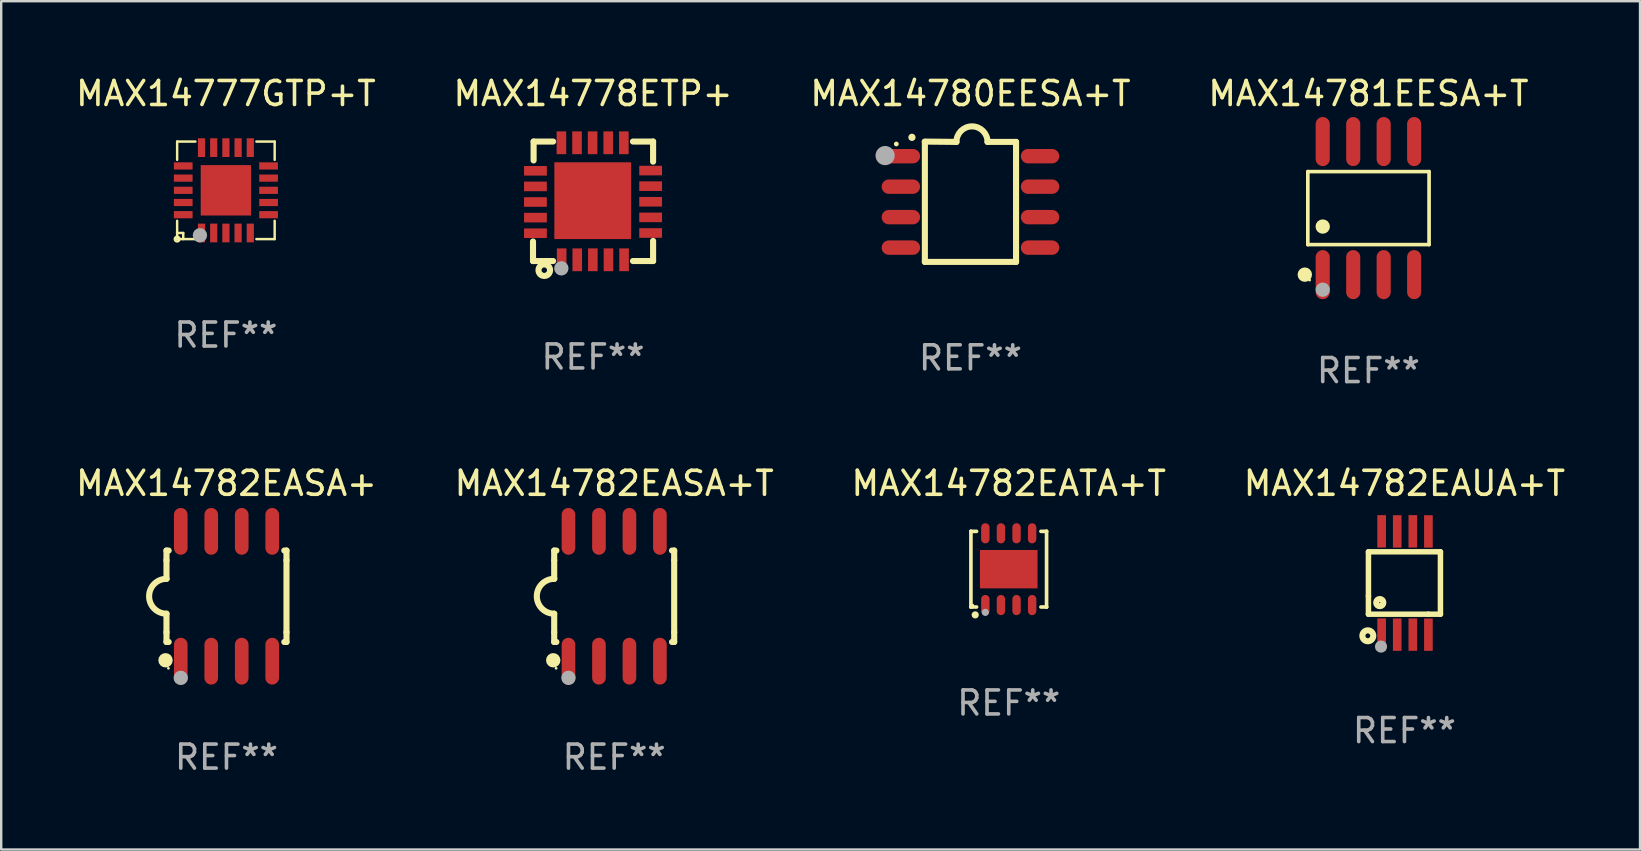
<source format=kicad_pcb>
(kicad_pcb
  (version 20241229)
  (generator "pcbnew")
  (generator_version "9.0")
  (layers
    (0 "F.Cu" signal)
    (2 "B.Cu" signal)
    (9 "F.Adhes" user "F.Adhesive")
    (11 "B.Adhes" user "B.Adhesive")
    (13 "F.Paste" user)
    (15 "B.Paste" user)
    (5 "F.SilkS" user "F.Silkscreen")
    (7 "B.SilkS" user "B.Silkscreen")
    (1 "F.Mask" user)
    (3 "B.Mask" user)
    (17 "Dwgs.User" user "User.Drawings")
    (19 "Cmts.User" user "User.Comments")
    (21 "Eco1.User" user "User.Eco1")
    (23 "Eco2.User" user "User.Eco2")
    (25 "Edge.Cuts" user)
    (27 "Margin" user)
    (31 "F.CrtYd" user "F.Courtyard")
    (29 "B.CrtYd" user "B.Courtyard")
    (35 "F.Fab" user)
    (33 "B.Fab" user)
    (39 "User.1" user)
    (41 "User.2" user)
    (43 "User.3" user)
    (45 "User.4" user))
  (footprint "MAX14777GTP+T"
    (layer "F.Cu")
    (at 6.363 4.88)
    (property "Reference" "MAX14777GTP+T" (at 0 -4.032 0) (layer "F.SilkS") (effects (font (size 1 1) (thickness 0.15))))
    (attr through_hole)
    (fp_line (start -2.032 -2.032) (end -1.27 -2.032) (stroke (width 0.102) (type solid)) (layer "F.SilkS"))
    (fp_line (start -2.032 -1.27) (end -2.032 -2.032) (stroke (width 0.102) (type solid)) (layer "F.SilkS"))
    (fp_line (start -2.032 1.778) (end -1.778 1.778) (stroke (width 0.102) (type solid)) (layer "F.SilkS"))
    (fp_line (start -2.032 2.032) (end -2.032 1.27) (stroke (width 0.102) (type solid)) (layer "F.SilkS"))
    (fp_line (start -1.778 1.778) (end -1.778 2.032) (stroke (width 0.102) (type solid)) (layer "F.SilkS"))
    (fp_line (start -1.27 2.032) (end -2.032 2.032) (stroke (width 0.102) (type solid)) (layer "F.SilkS"))
    (fp_line (start 1.27 -2.032) (end 2.032 -2.032) (stroke (width 0.102) (type solid)) (layer "F.SilkS"))
    (fp_line (start 1.27 2.032) (end 2.032 2.032) (stroke (width 0.102) (type solid)) (layer "F.SilkS"))
    (fp_line (start 2.032 -2.032) (end 2.032 -1.27) (stroke (width 0.102) (type solid)) (layer "F.SilkS"))
    (fp_line (start 2.032 2.032) (end 2.032 1.27) (stroke (width 0.102) (type solid)) (layer "F.SilkS"))
    (fp_circle (center -2.032 2.032) (end -1.933 2.032) (stroke (width 0.1) (type solid)) (fill no) (layer "F.SilkS"))
    (fp_circle (center -2.002 2) (end -1.972 2) (stroke (width 0.06) (type solid)) (fill no) (layer "F.SilkS"))
    (fp_circle (center -1.083 1.874) (end -0.933 1.874) (stroke (width 0.3) (type solid)) (fill no) (layer "F.Fab"))
    (fp_text user "REF**" (at 0 6.032 0) (layer "F.Fab") (effects (font (size 1 1) (thickness 0.15))))
    (pad "1" smd rect (at -1.016 1.778 180) (size 0.3 0.78) (layers "F.Cu" "F.Mask" "F.Paste"))
    (pad "2" smd rect (at -0.508 1.778 180) (size 0.3 0.78) (layers "F.Cu" "F.Mask" "F.Paste"))
    (pad "3" smd rect (at 0.000254 1.778 180) (size 0.3 0.78) (layers "F.Cu" "F.Mask" "F.Paste"))
    (pad "4" smd rect (at 0.508 1.778 180) (size 0.3 0.78) (layers "F.Cu" "F.Mask" "F.Paste"))
    (pad "5" smd rect (at 1.016 1.778 180) (size 0.3 0.78) (layers "F.Cu" "F.Mask" "F.Paste"))
    (pad "6" smd rect (at 1.778 1.016 270) (size 0.3 0.78) (layers "F.Cu" "F.Mask" "F.Paste"))
    (pad "7" smd rect (at 1.778 0.508 270) (size 0.3 0.78) (layers "F.Cu" "F.Mask" "F.Paste"))
    (pad "8" smd rect (at 1.778 0 270) (size 0.3 0.78) (layers "F.Cu" "F.Mask" "F.Paste"))
    (pad "9" smd rect (at 1.778 -0.508 270) (size 0.3 0.78) (layers "F.Cu" "F.Mask" "F.Paste"))
    (pad "10" smd rect (at 1.778 -1.016 270) (size 0.3 0.78) (layers "F.Cu" "F.Mask" "F.Paste"))
    (pad "11" smd rect (at 1.016 -1.778) (size 0.3 0.78) (layers "F.Cu" "F.Mask" "F.Paste"))
    (pad "12" smd rect (at 0.508 -1.778) (size 0.3 0.78) (layers "F.Cu" "F.Mask" "F.Paste"))
    (pad "13" smd rect (at 0.000254 -1.778) (size 0.3 0.78) (layers "F.Cu" "F.Mask" "F.Paste"))
    (pad "14" smd rect (at -0.508 -1.778) (size 0.3 0.78) (layers "F.Cu" "F.Mask" "F.Paste"))
    (pad "15" smd rect (at -1.016 -1.778) (size 0.3 0.78) (layers "F.Cu" "F.Mask" "F.Paste"))
    (pad "16" smd rect (at -1.778 -1.016 90) (size 0.3 0.78) (layers "F.Cu" "F.Mask" "F.Paste"))
    (pad "17" smd rect (at -1.778 -0.508 90) (size 0.3 0.78) (layers "F.Cu" "F.Mask" "F.Paste"))
    (pad "18" smd rect (at -1.778 0 90) (size 0.3 0.78) (layers "F.Cu" "F.Mask" "F.Paste"))
    (pad "19" smd rect (at -1.778 0.508 90) (size 0.3 0.78) (layers "F.Cu" "F.Mask" "F.Paste"))
    (pad "20" smd rect (at -1.778 1.016 90) (size 0.3 0.78) (layers "F.Cu" "F.Mask" "F.Paste"))
    (pad "21" smd rect (at 0 0 90) (size 2.1 2.1) (layers "F.Cu" "F.Mask" "F.Paste")))
  (footprint "MAX14782EASA+T"
    (layer "F.Cu")
    (at 22.542 21.795)
    (property "Reference" "MAX14782EASA+T" (at 0 -4.705 0) (layer "F.SilkS") (effects (font (size 1 1) (thickness 0.15))))
    (attr through_hole)
    (fp_line (start -2.5 -1.905) (end -2.409 -1.905) (stroke (width 0.254) (type solid)) (layer "F.SilkS"))
    (fp_line (start -2.5 -1.5) (end -2.5 -1.905) (stroke (width 0.254) (type solid)) (layer "F.SilkS"))
    (fp_line (start -2.5 -1.5) (end -2.5 -0.726) (stroke (width 0.254) (type solid)) (layer "F.SilkS"))
    (fp_line (start -2.5 1.5) (end -2.5 0.727) (stroke (width 0.254) (type solid)) (layer "F.SilkS"))
    (fp_line (start -2.5 1.5) (end -2.5 1.905) (stroke (width 0.254) (type solid)) (layer "F.SilkS"))
    (fp_line (start -2.5 1.905) (end -2.409 1.905) (stroke (width 0.254) (type solid)) (layer "F.SilkS"))
    (fp_line (start 2.5 -1.905) (end 2.409 -1.905) (stroke (width 0.254) (type solid)) (layer "F.SilkS"))
    (fp_line (start 2.5 -1.5) (end 2.5 -1.905) (stroke (width 0.254) (type solid)) (layer "F.SilkS"))
    (fp_line (start 2.5 -1.5) (end 2.5 1.5) (stroke (width 0.254) (type solid)) (layer "F.SilkS"))
    (fp_line (start 2.5 1.5) (end 2.5 1.905) (stroke (width 0.254) (type solid)) (layer "F.SilkS"))
    (fp_line (start 2.5 1.905) (end 2.409 1.905) (stroke (width 0.254) (type solid)) (layer "F.SilkS"))
    (fp_arc (start -2.5 0.726568) (mid -3.220316 -0.0023) (end -2.495097 -0.726289) (stroke (width 0.254001) (type solid)) (layer "F.SilkS"))
    (fp_circle (center -2.54 2.667) (end -2.39 2.667) (stroke (width 0.3) (type solid)) (fill no) (layer "F.SilkS"))
    (fp_circle (center -2.42 3) (end -2.39 3) (stroke (width 0.06) (type solid)) (fill no) (layer "F.SilkS"))
    (fp_circle (center -1.905 3.4) (end -1.755 3.4) (stroke (width 0.3) (type solid)) (fill no) (layer "F.Fab"))
    (fp_text user "REF**" (at 0 6.705 0) (layer "F.Fab") (effects (font (size 1 1) (thickness 0.15))))
    (pad "1" smd oval (at -1.905 2.705) (size 0.568 1.95) (layers "F.Cu" "F.Mask" "F.Paste"))
    (pad "2" smd oval (at -0.635 2.705) (size 0.568 1.95) (layers "F.Cu" "F.Mask" "F.Paste"))
    (pad "3" smd oval (at 0.635 2.705) (size 0.568 1.95) (layers "F.Cu" "F.Mask" "F.Paste"))
    (pad "4" smd oval (at 1.905 2.705) (size 0.568 1.95) (layers "F.Cu" "F.Mask" "F.Paste"))
    (pad "5" smd oval (at 1.905 -2.705) (size 0.568 1.95) (layers "F.Cu" "F.Mask" "F.Paste"))
    (pad "6" smd oval (at 0.635 -2.705) (size 0.568 1.95) (layers "F.Cu" "F.Mask" "F.Paste"))
    (pad "7" smd oval (at -0.635 -2.705) (size 0.568 1.95) (layers "F.Cu" "F.Mask" "F.Paste"))
    (pad "8" smd oval (at -1.905 -2.705) (size 0.568 1.95) (layers "F.Cu" "F.Mask" "F.Paste")))
  (footprint "MAX14782EAUA+T"
    (layer "F.Cu")
    (at 55.47 21.242)
    (property "Reference" "MAX14782EAUA+T" (at 0 -4.152 0) (layer "F.SilkS") (effects (font (size 1 1) (thickness 0.15))))
    (attr through_hole)
    (fp_line (start -1.5 1.301) (end 1 1.301) (stroke (width 0.229) (type solid)) (layer "F.SilkS"))
    (fp_line (start -1.5 -1.299) (end -1.5 0.551) (stroke (width 0.229) (type solid)) (layer "F.SilkS"))
    (fp_line (start -1.5 0.551) (end -1.5 1.301) (stroke (width 0.229) (type solid)) (layer "F.SilkS"))
    (fp_line (start 1 1.301) (end 1.5 1.301) (stroke (width 0.229) (type solid)) (layer "F.SilkS"))
    (fp_line (start 1.5 1.301) (end 1.5 -1.299) (stroke (width 0.229) (type solid)) (layer "F.SilkS"))
    (fp_line (start 1.5 -1.299) (end -1.5 -1.299) (stroke (width 0.229) (type solid)) (layer "F.SilkS"))
    (fp_circle (center -1.526 2.2) (end -1.426 2.2) (stroke (width 0.254) (type solid)) (fill no) (layer "F.SilkS"))
    (fp_circle (center -1.476 2.45) (end -1.446 2.45) (stroke (width 0.06) (type solid)) (fill no) (layer "F.SilkS"))
    (fp_circle (center -1.028 0.817) (end -0.878 0.817) (stroke (width 0.254) (type solid)) (fill no) (layer "F.SilkS"))
    (fp_circle (center -0.976 2.65) (end -0.849 2.65) (stroke (width 0.254) (type solid)) (fill no) (layer "F.Fab"))
    (fp_text user "REF**" (at 0 6.152 0) (layer "F.Fab") (effects (font (size 1 1) (thickness 0.15))))
    (pad "1" smd rect (at -0.951 2.15) (size 0.36 1.35) (layers "F.Cu" "F.Mask" "F.Paste"))
    (pad "2" smd rect (at -0.301 2.152) (size 0.36 1.35) (layers "F.Cu" "F.Mask" "F.Paste"))
    (pad "3" smd rect (at 0.349 2.151) (size 0.36 1.35) (layers "F.Cu" "F.Mask" "F.Paste"))
    (pad "4" smd rect (at 0.999 2.152) (size 0.36 1.35) (layers "F.Cu" "F.Mask" "F.Paste"))
    (pad "5" smd rect (at 0.999 -2.149) (size 0.36 1.35) (layers "F.Cu" "F.Mask" "F.Paste"))
    (pad "6" smd rect (at 0.349 -2.152) (size 0.36 1.35) (layers "F.Cu" "F.Mask" "F.Paste"))
    (pad "7" smd rect (at -0.301 -2.149) (size 0.36 1.35) (layers "F.Cu" "F.Mask" "F.Paste"))
    (pad "8" smd rect (at -0.951 -2.152) (size 0.36 1.35) (layers "F.Cu" "F.Mask" "F.Paste")))
  (footprint "MAX14782EASA+"
    (layer "F.Cu")
    (at 6.387 21.795)
    (property "Reference" "MAX14782EASA+" (at 0 -4.705 0) (layer "F.SilkS") (effects (font (size 1 1) (thickness 0.15))))
    (attr through_hole)
    (fp_line (start -2.5 -1.905) (end -2.409 -1.905) (stroke (width 0.254) (type solid)) (layer "F.SilkS"))
    (fp_line (start -2.5 -1.5) (end -2.5 -1.905) (stroke (width 0.254) (type solid)) (layer "F.SilkS"))
    (fp_line (start -2.5 -1.5) (end -2.5 -0.726) (stroke (width 0.254) (type solid)) (layer "F.SilkS"))
    (fp_line (start -2.5 1.5) (end -2.5 0.727) (stroke (width 0.254) (type solid)) (layer "F.SilkS"))
    (fp_line (start -2.5 1.5) (end -2.5 1.905) (stroke (width 0.254) (type solid)) (layer "F.SilkS"))
    (fp_line (start -2.5 1.905) (end -2.409 1.905) (stroke (width 0.254) (type solid)) (layer "F.SilkS"))
    (fp_line (start 2.5 -1.905) (end 2.409 -1.905) (stroke (width 0.254) (type solid)) (layer "F.SilkS"))
    (fp_line (start 2.5 -1.5) (end 2.5 -1.905) (stroke (width 0.254) (type solid)) (layer "F.SilkS"))
    (fp_line (start 2.5 -1.5) (end 2.5 1.5) (stroke (width 0.254) (type solid)) (layer "F.SilkS"))
    (fp_line (start 2.5 1.5) (end 2.5 1.905) (stroke (width 0.254) (type solid)) (layer "F.SilkS"))
    (fp_line (start 2.5 1.905) (end 2.409 1.905) (stroke (width 0.254) (type solid)) (layer "F.SilkS"))
    (fp_arc (start -2.5 0.726568) (mid -3.220316 -0.0023) (end -2.495097 -0.726289) (stroke (width 0.254001) (type solid)) (layer "F.SilkS"))
    (fp_circle (center -2.54 2.667) (end -2.39 2.667) (stroke (width 0.3) (type solid)) (fill no) (layer "F.SilkS"))
    (fp_circle (center -2.42 3) (end -2.39 3) (stroke (width 0.06) (type solid)) (fill no) (layer "F.SilkS"))
    (fp_circle (center -1.905 3.4) (end -1.755 3.4) (stroke (width 0.3) (type solid)) (fill no) (layer "F.Fab"))
    (fp_text user "REF**" (at 0 6.705 0) (layer "F.Fab") (effects (font (size 1 1) (thickness 0.15))))
    (pad "1" smd oval (at -1.905 2.705) (size 0.568 1.95) (layers "F.Cu" "F.Mask" "F.Paste"))
    (pad "2" smd oval (at -0.635 2.705) (size 0.568 1.95) (layers "F.Cu" "F.Mask" "F.Paste"))
    (pad "3" smd oval (at 0.635 2.705) (size 0.568 1.95) (layers "F.Cu" "F.Mask" "F.Paste"))
    (pad "4" smd oval (at 1.905 2.705) (size 0.568 1.95) (layers "F.Cu" "F.Mask" "F.Paste"))
    (pad "5" smd oval (at 1.905 -2.705) (size 0.568 1.95) (layers "F.Cu" "F.Mask" "F.Paste"))
    (pad "6" smd oval (at 0.635 -2.705) (size 0.568 1.95) (layers "F.Cu" "F.Mask" "F.Paste"))
    (pad "7" smd oval (at -0.635 -2.705) (size 0.568 1.95) (layers "F.Cu" "F.Mask" "F.Paste"))
    (pad "8" smd oval (at -1.905 -2.705) (size 0.568 1.95) (layers "F.Cu" "F.Mask" "F.Paste")))
  (footprint "MAX14780EESA+T"
    (layer "F.Cu")
    (at 37.387 5.356)
    (property "Reference" "MAX14780EESA+T" (at 0 -4.507 0) (layer "F.SilkS") (effects (font (size 1 1) (thickness 0.15))))
    (attr through_hole)
    (fp_line (start -1.905 -2.507) (end -0.584 -2.493) (stroke (width 0.254) (type solid)) (layer "F.SilkS"))
    (fp_line (start -1.9 2.507) (end -1.9 -2.493) (stroke (width 0.254) (type solid)) (layer "F.SilkS"))
    (fp_line (start -1.9 2.507) (end 1.9 2.507) (stroke (width 0.254) (type solid)) (layer "F.SilkS"))
    (fp_line (start 1.9 -2.493) (end 0.711 -2.493) (stroke (width 0.254) (type solid)) (layer "F.SilkS"))
    (fp_line (start 1.9 2.507) (end 1.9 -2.493) (stroke (width 0.254) (type solid)) (layer "F.SilkS"))
    (fp_arc (start -2.438532 -2.682563) (mid -2.438537 -2.683833) (end -2.438532 -2.685103) (stroke (width 0.3) (type solid)) (layer "F.SilkS"))
    (fp_arc (start -0.584328 -2.492064) (mid 0.063057 -3.139764) (end 0.711074 -2.492697) (stroke (width 0.254001) (type solid)) (layer "F.SilkS"))
    (fp_circle (center -3.089 -2.406) (end -3.039 -2.406) (stroke (width 0.1) (type solid)) (fill no) (layer "F.SilkS"))
    (fp_circle (center -3.556 -1.923) (end -3.356 -1.923) (stroke (width 0.4) (type solid)) (fill no) (layer "F.Fab"))
    (fp_text user "REF**" (at 0 6.507 0) (layer "F.Fab") (effects (font (size 1 1) (thickness 0.15))))
    (pad "1" smd oval (at -2.9 -1.898 90) (size 0.6 1.6) (layers "F.Cu" "F.Mask" "F.Paste"))
    (pad "2" smd oval (at -2.9 -0.628 90) (size 0.6 1.6) (layers "F.Cu" "F.Mask" "F.Paste"))
    (pad "3" smd oval (at -2.9 0.642 90) (size 0.6 1.6) (layers "F.Cu" "F.Mask" "F.Paste"))
    (pad "4" smd oval (at -2.9 1.912 90) (size 0.6 1.6) (layers "F.Cu" "F.Mask" "F.Paste"))
    (pad "5" smd oval (at 2.9 1.912 90) (size 0.6 1.6) (layers "F.Cu" "F.Mask" "F.Paste"))
    (pad "6" smd oval (at 2.9 0.642 90) (size 0.6 1.6) (layers "F.Cu" "F.Mask" "F.Paste"))
    (pad "7" smd oval (at 2.9 -0.628 90) (size 0.6 1.6) (layers "F.Cu" "F.Mask" "F.Paste"))
    (pad "8" smd oval (at 2.9 -1.898 90) (size 0.6 1.6) (layers "F.Cu" "F.Mask" "F.Paste")))
  (footprint "MAX14782EATA+T"
    (layer "F.Cu")
    (at 38.982 20.666)
    (property "Reference" "MAX14782EATA+T" (at 0 -3.576 0) (layer "F.SilkS") (effects (font (size 1 1) (thickness 0.15))))
    (attr through_hole)
    (fp_line (start -1.576 -1.576) (end -1.576 -1.576) (stroke (width 0.152) (type solid)) (layer "F.SilkS"))
    (fp_line (start -1.576 -1.576) (end -1.341 -1.576) (stroke (width 0.152) (type solid)) (layer "F.SilkS"))
    (fp_line (start -1.576 1.576) (end -1.576 -1.576) (stroke (width 0.152) (type solid)) (layer "F.SilkS"))
    (fp_line (start -1.576 1.576) (end -1.576 1.576) (stroke (width 0.152) (type solid)) (layer "F.SilkS"))
    (fp_line (start -1.341 1.576) (end -1.576 1.576) (stroke (width 0.152) (type solid)) (layer "F.SilkS"))
    (fp_line (start 1.341 1.576) (end 1.576 1.576) (stroke (width 0.152) (type solid)) (layer "F.SilkS"))
    (fp_line (start 1.576 -1.576) (end 1.341 -1.576) (stroke (width 0.152) (type solid)) (layer "F.SilkS"))
    (fp_line (start 1.576 -1.576) (end 1.576 -1.576) (stroke (width 0.152) (type solid)) (layer "F.SilkS"))
    (fp_line (start 1.576 1.576) (end 1.576 -1.576) (stroke (width 0.152) (type solid)) (layer "F.SilkS"))
    (fp_line (start 1.576 1.576) (end 1.576 1.576) (stroke (width 0.152) (type solid)) (layer "F.SilkS"))
    (fp_circle (center -1.5 1.5) (end -1.47 1.5) (stroke (width 0.06) (type solid)) (fill no) (layer "F.SilkS"))
    (fp_circle (center -1.397 1.905) (end -1.322 1.905) (stroke (width 0.15) (type solid)) (fill no) (layer "F.SilkS"))
    (fp_circle (center -0.975 1.8) (end -0.9 1.8) (stroke (width 0.15) (type solid)) (fill no) (layer "F.Fab"))
    (fp_text user "REF**" (at 0 5.576 0) (layer "F.Fab") (effects (font (size 1 1) (thickness 0.15))))
    (pad "1" smd oval (at -0.975 1.495) (size 0.35 0.84) (layers "F.Cu" "F.Mask" "F.Paste"))
    (pad "2" smd oval (at -0.325 1.495) (size 0.35 0.84) (layers "F.Cu" "F.Mask" "F.Paste"))
    (pad "3" smd oval (at 0.325 1.495) (size 0.35 0.84) (layers "F.Cu" "F.Mask" "F.Paste"))
    (pad "4" smd oval (at 0.975 1.495) (size 0.35 0.84) (layers "F.Cu" "F.Mask" "F.Paste"))
    (pad "5" smd oval (at 0.975 -1.495) (size 0.35 0.84) (layers "F.Cu" "F.Mask" "F.Paste"))
    (pad "6" smd oval (at 0.325 -1.495) (size 0.35 0.84) (layers "F.Cu" "F.Mask" "F.Paste"))
    (pad "7" smd oval (at -0.325 -1.495) (size 0.35 0.84) (layers "F.Cu" "F.Mask" "F.Paste"))
    (pad "8" smd oval (at -0.975 -1.495) (size 0.35 0.84) (layers "F.Cu" "F.Mask" "F.Paste"))
    (pad "9" smd rect (at 0 0) (size 2.4 1.6) (layers "F.Cu" "F.Mask" "F.Paste")))
  (footprint "MAX14781EESA+T"
    (layer "F.Cu")
    (at 53.97 5.621)
    (property "Reference" "MAX14781EESA+T" (at 0 -4.772 0) (layer "F.SilkS") (effects (font (size 1 1) (thickness 0.15))))
    (attr through_hole)
    (fp_line (start -2.526 -1.521) (end 2.526 -1.521) (stroke (width 0.152) (type solid)) (layer "F.SilkS"))
    (fp_line (start -2.526 1.521) (end -2.526 -1.521) (stroke (width 0.152) (type solid)) (layer "F.SilkS"))
    (fp_line (start 2.526 -1.521) (end 2.526 1.521) (stroke (width 0.152) (type solid)) (layer "F.SilkS"))
    (fp_line (start 2.526 1.521) (end -2.526 1.521) (stroke (width 0.152) (type solid)) (layer "F.SilkS"))
    (fp_circle (center -2.652 2.772) (end -2.501 2.772) (stroke (width 0.3) (type solid)) (fill no) (layer "F.SilkS"))
    (fp_circle (center -2.45 3) (end -2.42 3) (stroke (width 0.06) (type solid)) (fill no) (layer "F.SilkS"))
    (fp_circle (center -1.905 0.769) (end -1.755 0.769) (stroke (width 0.3) (type solid)) (fill no) (layer "F.SilkS"))
    (fp_circle (center -1.905 3.4) (end -1.755 3.4) (stroke (width 0.3) (type solid)) (fill no) (layer "F.Fab"))
    (fp_text user "REF**" (at 0 6.772 0) (layer "F.Fab") (effects (font (size 1 1) (thickness 0.15))))
    (pad "1" smd oval (at -1.905 2.772) (size 0.588 2.045) (layers "F.Cu" "F.Mask" "F.Paste"))
    (pad "2" smd oval (at -0.635 2.772) (size 0.588 2.045) (layers "F.Cu" "F.Mask" "F.Paste"))
    (pad "3" smd oval (at 0.635 2.772) (size 0.588 2.045) (layers "F.Cu" "F.Mask" "F.Paste"))
    (pad "4" smd oval (at 1.905 2.772) (size 0.588 2.045) (layers "F.Cu" "F.Mask" "F.Paste"))
    (pad "5" smd oval (at 1.905 -2.772) (size 0.588 2.045) (layers "F.Cu" "F.Mask" "F.Paste"))
    (pad "6" smd oval (at 0.635 -2.772) (size 0.588 2.045) (layers "F.Cu" "F.Mask" "F.Paste"))
    (pad "7" smd oval (at -0.635 -2.772) (size 0.588 2.045) (layers "F.Cu" "F.Mask" "F.Paste"))
    (pad "8" smd oval (at -1.905 -2.772) (size 0.588 2.045) (layers "F.Cu" "F.Mask" "F.Paste")))
  (footprint "MAX14778ETP+"
    (layer "F.Cu")
    (at 21.661 5.337)
    (property "Reference" "MAX14778ETP+" (at 0 -4.489 0) (layer "F.SilkS") (effects (font (size 1 1) (thickness 0.15))))
    (attr through_hole)
    (fp_line (start -2.502 1.676) (end -2.502 2.464) (stroke (width 0.254) (type solid)) (layer "F.SilkS"))
    (fp_line (start -2.502 2.464) (end -2.502 2.489) (stroke (width 0.254) (type solid)) (layer "F.SilkS"))
    (fp_line (start -2.502 2.489) (end -2.477 2.489) (stroke (width 0.254) (type solid)) (layer "F.SilkS"))
    (fp_line (start -2.477 -2.489) (end -2.477 -1.702) (stroke (width 0.254) (type solid)) (layer "F.SilkS"))
    (fp_line (start -2.477 2.489) (end -1.664 2.489) (stroke (width 0.254) (type solid)) (layer "F.SilkS"))
    (fp_line (start -1.664 -2.489) (end -2.477 -2.489) (stroke (width 0.254) (type solid)) (layer "F.SilkS"))
    (fp_line (start 1.664 -2.489) (end 2.502 -2.489) (stroke (width 0.254) (type solid)) (layer "F.SilkS"))
    (fp_line (start 2.502 -2.489) (end 2.502 -1.651) (stroke (width 0.254) (type solid)) (layer "F.SilkS"))
    (fp_line (start 2.502 1.651) (end 2.502 2.489) (stroke (width 0.254) (type solid)) (layer "F.SilkS"))
    (fp_line (start 2.502 2.489) (end 1.664 2.489) (stroke (width 0.254) (type solid)) (layer "F.SilkS"))
    (fp_circle (center -2.5 2.5) (end -2.47 2.5) (stroke (width 0.06) (type solid)) (fill no) (layer "F.SilkS"))
    (fp_circle (center -2.032 2.87) (end -1.918 2.87) (stroke (width 0.254) (type solid)) (fill no) (layer "F.SilkS"))
    (fp_circle (center -1.321 2.794) (end -1.171 2.794) (stroke (width 0.3) (type solid)) (fill no) (layer "F.Fab"))
    (fp_text user "REF**" (at 0 6.489 0) (layer "F.Fab") (effects (font (size 1 1) (thickness 0.15))))
    (pad "1" smd rect (at -1.308 2.438) (size 0.4 0.95) (layers "F.Cu" "F.Mask" "F.Paste"))
    (pad "2" smd rect (at -0.658 2.438) (size 0.4 0.95) (layers "F.Cu" "F.Mask" "F.Paste"))
    (pad "3" smd rect (at -0.008 2.438) (size 0.4 0.95) (layers "F.Cu" "F.Mask" "F.Paste"))
    (pad "4" smd rect (at 0.643 2.438) (size 0.4 0.95) (layers "F.Cu" "F.Mask" "F.Paste"))
    (pad "5" smd rect (at 1.293 2.438) (size 0.4 0.95) (layers "F.Cu" "F.Mask" "F.Paste"))
    (pad "6" smd rect (at 2.4 1.321) (size 0.95 0.4) (layers "F.Cu" "F.Mask" "F.Paste"))
    (pad "7" smd rect (at 2.4 0.671) (size 0.95 0.4) (layers "F.Cu" "F.Mask" "F.Paste"))
    (pad "8" smd rect (at 2.4 0.02) (size 0.95 0.4) (layers "F.Cu" "F.Mask" "F.Paste"))
    (pad "9" smd rect (at 2.4 -0.63) (size 0.95 0.4) (layers "F.Cu" "F.Mask" "F.Paste"))
    (pad "10" smd rect (at 2.4 -1.28) (size 0.95 0.4) (layers "F.Cu" "F.Mask" "F.Paste"))
    (pad "11" smd rect (at 1.283 -2.438) (size 0.4 0.95) (layers "F.Cu" "F.Mask" "F.Paste"))
    (pad "12" smd rect (at 0.632 -2.438) (size 0.4 0.95) (layers "F.Cu" "F.Mask" "F.Paste"))
    (pad "13" smd rect (at -0.018 -2.438) (size 0.4 0.95) (layers "F.Cu" "F.Mask" "F.Paste"))
    (pad "14" smd rect (at -0.668 -2.438) (size 0.4 0.95) (layers "F.Cu" "F.Mask" "F.Paste"))
    (pad "15" smd rect (at -1.318 -2.438) (size 0.4 0.95) (layers "F.Cu" "F.Mask" "F.Paste"))
    (pad "16" smd rect (at -2.4 -1.27) (size 0.95 0.4) (layers "F.Cu" "F.Mask" "F.Paste"))
    (pad "17" smd rect (at -2.4 -0.62) (size 0.95 0.4) (layers "F.Cu" "F.Mask" "F.Paste"))
    (pad "18" smd rect (at -2.4 0.03) (size 0.95 0.4) (layers "F.Cu" "F.Mask" "F.Paste"))
    (pad "19" smd rect (at -2.4 0.681) (size 0.95 0.4) (layers "F.Cu" "F.Mask" "F.Paste"))
    (pad "20" smd rect (at -2.4 1.331) (size 0.95 0.4) (layers "F.Cu" "F.Mask" "F.Paste"))
    (pad "21" smd rect (at -0.013 -0.025 270) (size 3.2 3.2) (layers "F.Cu" "F.Mask" "F.Paste")))
  (gr_rect
    (start -3 -3)
    (end 65.286 32.348)
    (stroke (width 0.1) (type default))
    (fill no)
    (layer "Edge.Cuts")))
</source>
